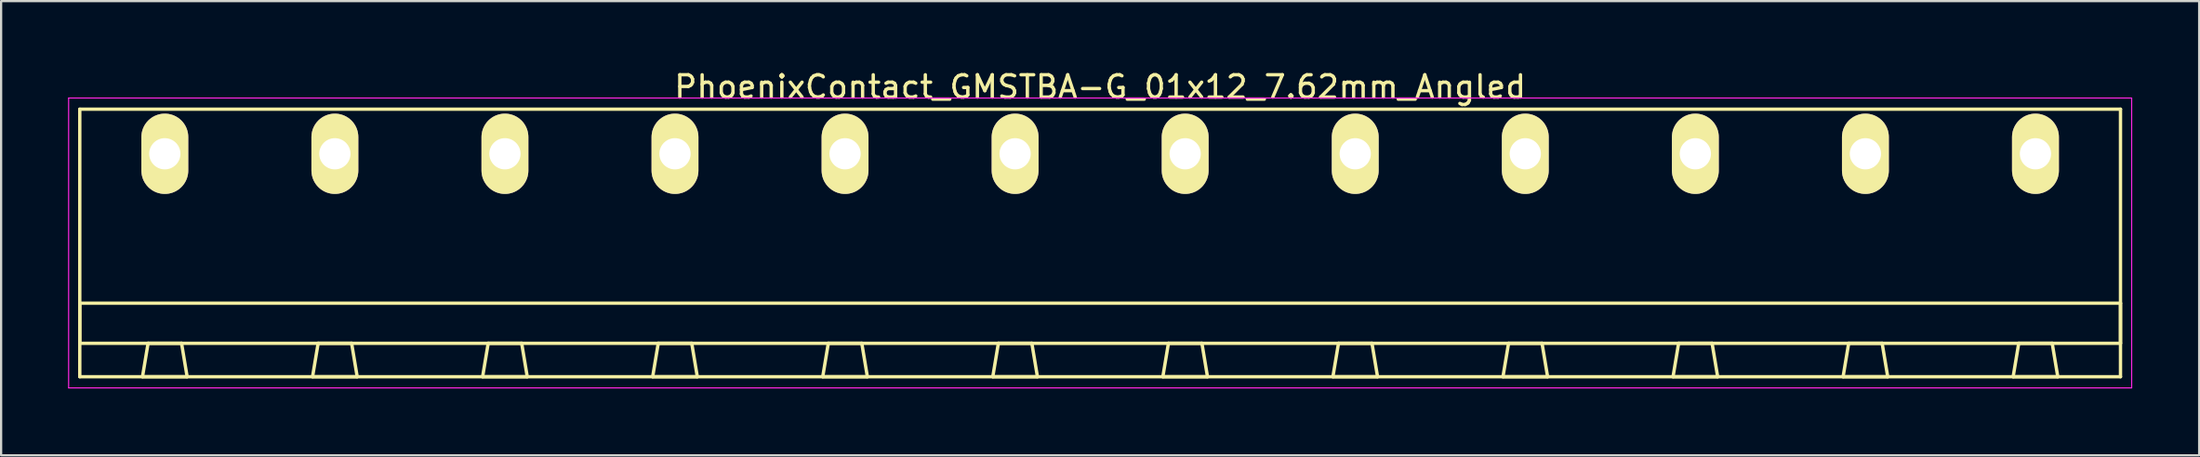
<source format=kicad_pcb>
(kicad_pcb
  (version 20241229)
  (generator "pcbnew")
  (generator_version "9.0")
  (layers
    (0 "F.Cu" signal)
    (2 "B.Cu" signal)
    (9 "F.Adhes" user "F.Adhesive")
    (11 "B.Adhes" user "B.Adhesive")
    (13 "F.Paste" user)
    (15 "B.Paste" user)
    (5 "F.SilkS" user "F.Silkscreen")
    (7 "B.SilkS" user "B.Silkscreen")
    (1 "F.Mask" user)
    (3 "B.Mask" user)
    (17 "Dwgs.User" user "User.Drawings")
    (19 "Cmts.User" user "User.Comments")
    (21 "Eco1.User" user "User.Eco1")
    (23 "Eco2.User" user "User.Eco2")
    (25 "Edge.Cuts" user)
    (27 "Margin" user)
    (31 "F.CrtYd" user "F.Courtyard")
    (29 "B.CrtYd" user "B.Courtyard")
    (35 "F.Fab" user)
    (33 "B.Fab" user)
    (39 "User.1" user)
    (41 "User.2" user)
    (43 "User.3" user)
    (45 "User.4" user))
  (footprint "PhoenixContact_GMSTBA-G_01x12_7.62mm_Angled"
    (layer "F.Cu")
    (at 4.335 3.848)
    (property "Reference" "PhoenixContact_GMSTBA-G_01x12_7.62mm_Angled" (at 41.91 -3 0) (layer "F.SilkS") (effects (font (size 1 1) (thickness 0.15))))
    (attr through_hole)
    (fp_line (start -3.81 -2) (end -3.81 10) (stroke (width 0.15) (type solid)) (layer "F.SilkS"))
    (fp_line (start -3.81 6.7) (end 87.63 6.7) (stroke (width 0.15) (type solid)) (layer "F.SilkS"))
    (fp_line (start -3.81 8.5) (end -3.81 6.7) (stroke (width 0.15) (type solid)) (layer "F.SilkS"))
    (fp_line (start -3.81 10) (end 87.63 10) (stroke (width 0.15) (type solid)) (layer "F.SilkS"))
    (fp_line (start -1 10) (end 1 10) (stroke (width 0.15) (type solid)) (layer "F.SilkS"))
    (fp_line (start -0.75 8.5) (end -1 10) (stroke (width 0.15) (type solid)) (layer "F.SilkS"))
    (fp_line (start 0.75 8.5) (end -0.75 8.5) (stroke (width 0.15) (type solid)) (layer "F.SilkS"))
    (fp_line (start 1 10) (end 0.75 8.5) (stroke (width 0.15) (type solid)) (layer "F.SilkS"))
    (fp_line (start 6.62 10) (end 8.62 10) (stroke (width 0.15) (type solid)) (layer "F.SilkS"))
    (fp_line (start 6.87 8.5) (end 6.62 10) (stroke (width 0.15) (type solid)) (layer "F.SilkS"))
    (fp_line (start 8.37 8.5) (end 6.87 8.5) (stroke (width 0.15) (type solid)) (layer "F.SilkS"))
    (fp_line (start 8.62 10) (end 8.37 8.5) (stroke (width 0.15) (type solid)) (layer "F.SilkS"))
    (fp_line (start 14.24 10) (end 16.24 10) (stroke (width 0.15) (type solid)) (layer "F.SilkS"))
    (fp_line (start 14.49 8.5) (end 14.24 10) (stroke (width 0.15) (type solid)) (layer "F.SilkS"))
    (fp_line (start 15.99 8.5) (end 14.49 8.5) (stroke (width 0.15) (type solid)) (layer "F.SilkS"))
    (fp_line (start 16.24 10) (end 15.99 8.5) (stroke (width 0.15) (type solid)) (layer "F.SilkS"))
    (fp_line (start 21.86 10) (end 23.86 10) (stroke (width 0.15) (type solid)) (layer "F.SilkS"))
    (fp_line (start 22.11 8.5) (end 21.86 10) (stroke (width 0.15) (type solid)) (layer "F.SilkS"))
    (fp_line (start 23.61 8.5) (end 22.11 8.5) (stroke (width 0.15) (type solid)) (layer "F.SilkS"))
    (fp_line (start 23.86 10) (end 23.61 8.5) (stroke (width 0.15) (type solid)) (layer "F.SilkS"))
    (fp_line (start 29.48 10) (end 31.48 10) (stroke (width 0.15) (type solid)) (layer "F.SilkS"))
    (fp_line (start 29.73 8.5) (end 29.48 10) (stroke (width 0.15) (type solid)) (layer "F.SilkS"))
    (fp_line (start 31.23 8.5) (end 29.73 8.5) (stroke (width 0.15) (type solid)) (layer "F.SilkS"))
    (fp_line (start 31.48 10) (end 31.23 8.5) (stroke (width 0.15) (type solid)) (layer "F.SilkS"))
    (fp_line (start 37.1 10) (end 39.1 10) (stroke (width 0.15) (type solid)) (layer "F.SilkS"))
    (fp_line (start 37.35 8.5) (end 37.1 10) (stroke (width 0.15) (type solid)) (layer "F.SilkS"))
    (fp_line (start 38.85 8.5) (end 37.35 8.5) (stroke (width 0.15) (type solid)) (layer "F.SilkS"))
    (fp_line (start 39.1 10) (end 38.85 8.5) (stroke (width 0.15) (type solid)) (layer "F.SilkS"))
    (fp_line (start 44.72 10) (end 46.72 10) (stroke (width 0.15) (type solid)) (layer "F.SilkS"))
    (fp_line (start 44.97 8.5) (end 44.72 10) (stroke (width 0.15) (type solid)) (layer "F.SilkS"))
    (fp_line (start 46.47 8.5) (end 44.97 8.5) (stroke (width 0.15) (type solid)) (layer "F.SilkS"))
    (fp_line (start 46.72 10) (end 46.47 8.5) (stroke (width 0.15) (type solid)) (layer "F.SilkS"))
    (fp_line (start 52.34 10) (end 54.34 10) (stroke (width 0.15) (type solid)) (layer "F.SilkS"))
    (fp_line (start 52.59 8.5) (end 52.34 10) (stroke (width 0.15) (type solid)) (layer "F.SilkS"))
    (fp_line (start 54.09 8.5) (end 52.59 8.5) (stroke (width 0.15) (type solid)) (layer "F.SilkS"))
    (fp_line (start 54.34 10) (end 54.09 8.5) (stroke (width 0.15) (type solid)) (layer "F.SilkS"))
    (fp_line (start 59.96 10) (end 61.96 10) (stroke (width 0.15) (type solid)) (layer "F.SilkS"))
    (fp_line (start 60.21 8.5) (end 59.96 10) (stroke (width 0.15) (type solid)) (layer "F.SilkS"))
    (fp_line (start 61.71 8.5) (end 60.21 8.5) (stroke (width 0.15) (type solid)) (layer "F.SilkS"))
    (fp_line (start 61.96 10) (end 61.71 8.5) (stroke (width 0.15) (type solid)) (layer "F.SilkS"))
    (fp_line (start 67.58 10) (end 69.58 10) (stroke (width 0.15) (type solid)) (layer "F.SilkS"))
    (fp_line (start 67.83 8.5) (end 67.58 10) (stroke (width 0.15) (type solid)) (layer "F.SilkS"))
    (fp_line (start 69.33 8.5) (end 67.83 8.5) (stroke (width 0.15) (type solid)) (layer "F.SilkS"))
    (fp_line (start 69.58 10) (end 69.33 8.5) (stroke (width 0.15) (type solid)) (layer "F.SilkS"))
    (fp_line (start 75.2 10) (end 77.2 10) (stroke (width 0.15) (type solid)) (layer "F.SilkS"))
    (fp_line (start 75.45 8.5) (end 75.2 10) (stroke (width 0.15) (type solid)) (layer "F.SilkS"))
    (fp_line (start 76.95 8.5) (end 75.45 8.5) (stroke (width 0.15) (type solid)) (layer "F.SilkS"))
    (fp_line (start 77.2 10) (end 76.95 8.5) (stroke (width 0.15) (type solid)) (layer "F.SilkS"))
    (fp_line (start 82.82 10) (end 84.82 10) (stroke (width 0.15) (type solid)) (layer "F.SilkS"))
    (fp_line (start 83.07 8.5) (end 82.82 10) (stroke (width 0.15) (type solid)) (layer "F.SilkS"))
    (fp_line (start 84.57 8.5) (end 83.07 8.5) (stroke (width 0.15) (type solid)) (layer "F.SilkS"))
    (fp_line (start 84.82 10) (end 84.57 8.5) (stroke (width 0.15) (type solid)) (layer "F.SilkS"))
    (fp_line (start 87.63 -2) (end -3.81 -2) (stroke (width 0.15) (type solid)) (layer "F.SilkS"))
    (fp_line (start 87.63 6.7) (end 87.63 8.5) (stroke (width 0.15) (type solid)) (layer "F.SilkS"))
    (fp_line (start 87.63 8.5) (end -3.81 8.5) (stroke (width 0.15) (type solid)) (layer "F.SilkS"))
    (fp_line (start 87.63 10) (end 87.63 -2) (stroke (width 0.15) (type solid)) (layer "F.SilkS"))
    (fp_line (start -4.31 -2.5) (end -4.31 10.5) (stroke (width 0.05) (type solid)) (layer "F.CrtYd"))
    (fp_line (start -4.31 10.5) (end 88.13 10.5) (stroke (width 0.05) (type solid)) (layer "F.CrtYd"))
    (fp_line (start 88.13 -2.5) (end -4.31 -2.5) (stroke (width 0.05) (type solid)) (layer "F.CrtYd"))
    (fp_line (start 88.13 10.5) (end 88.13 -2.5) (stroke (width 0.05) (type solid)) (layer "F.CrtYd"))
    (pad "1" thru_hole oval (at 0 0) (size 2.1 3.6) (drill 1.4) (layers "*.Cu" "*.Mask" "F.SilkS"))
    (pad "2" thru_hole oval (at 7.62 0) (size 2.1 3.6) (drill 1.4) (layers "*.Cu" "*.Mask" "F.SilkS"))
    (pad "3" thru_hole oval (at 15.24 0) (size 2.1 3.6) (drill 1.4) (layers "*.Cu" "*.Mask" "F.SilkS"))
    (pad "4" thru_hole oval (at 22.86 0) (size 2.1 3.6) (drill 1.4) (layers "*.Cu" "*.Mask" "F.SilkS"))
    (pad "5" thru_hole oval (at 30.48 0) (size 2.1 3.6) (drill 1.4) (layers "*.Cu" "*.Mask" "F.SilkS"))
    (pad "6" thru_hole oval (at 38.1 0) (size 2.1 3.6) (drill 1.4) (layers "*.Cu" "*.Mask" "F.SilkS"))
    (pad "7" thru_hole oval (at 45.72 0) (size 2.1 3.6) (drill 1.4) (layers "*.Cu" "*.Mask" "F.SilkS"))
    (pad "8" thru_hole oval (at 53.34 0) (size 2.1 3.6) (drill 1.4) (layers "*.Cu" "*.Mask" "F.SilkS"))
    (pad "9" thru_hole oval (at 60.96 0) (size 2.1 3.6) (drill 1.4) (layers "*.Cu" "*.Mask" "F.SilkS"))
    (pad "10" thru_hole oval (at 68.58 0) (size 2.1 3.6) (drill 1.4) (layers "*.Cu" "*.Mask" "F.SilkS"))
    (pad "11" thru_hole oval (at 76.2 0) (size 2.1 3.6) (drill 1.4) (layers "*.Cu" "*.Mask" "F.SilkS"))
    (pad "12" thru_hole oval (at 83.82 0) (size 2.1 3.6) (drill 1.4) (layers "*.Cu" "*.Mask" "F.SilkS")))
  (gr_rect
    (start -3 -3)
    (end 95.49 17.373)
    (stroke (width 0.1) (type default))
    (fill no)
    (layer "Edge.Cuts")))
</source>
